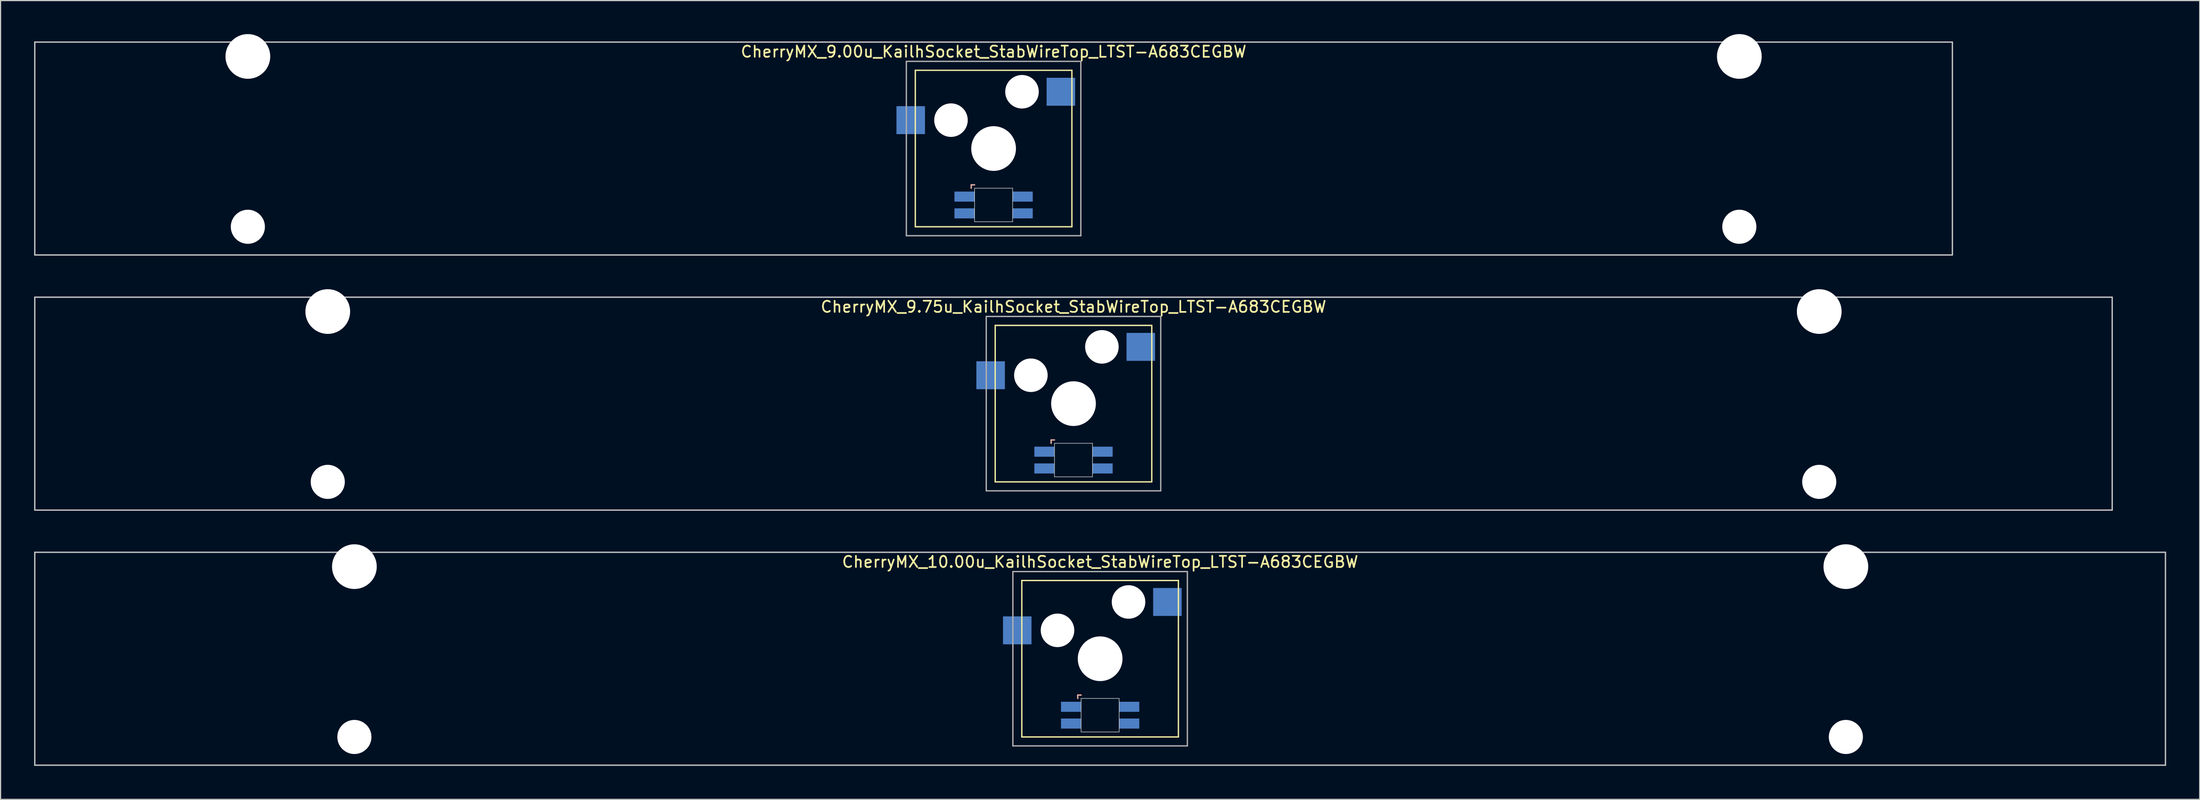
<source format=kicad_pcb>
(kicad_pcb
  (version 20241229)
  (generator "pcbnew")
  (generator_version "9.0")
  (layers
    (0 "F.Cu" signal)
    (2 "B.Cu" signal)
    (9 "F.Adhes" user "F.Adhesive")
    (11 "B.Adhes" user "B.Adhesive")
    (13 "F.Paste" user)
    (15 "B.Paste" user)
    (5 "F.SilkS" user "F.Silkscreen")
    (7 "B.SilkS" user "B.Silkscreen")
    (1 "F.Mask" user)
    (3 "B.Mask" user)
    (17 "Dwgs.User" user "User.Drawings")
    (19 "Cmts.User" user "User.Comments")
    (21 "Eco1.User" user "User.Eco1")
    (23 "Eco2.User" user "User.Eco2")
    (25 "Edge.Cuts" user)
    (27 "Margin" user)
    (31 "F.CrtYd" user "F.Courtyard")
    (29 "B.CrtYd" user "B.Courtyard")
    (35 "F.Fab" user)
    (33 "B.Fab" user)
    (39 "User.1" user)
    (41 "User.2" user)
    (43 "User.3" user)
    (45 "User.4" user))
  (footprint "CherryMX_10.00u_KailhSocket_StabWireTop_LTST-A683CEGBW"
    (layer "F.Cu")
    (at 95.31 55.89)
    (property "Reference" "CherryMX_10.00u_KailhSocket_StabWireTop_LTST-A683CEGBW" (at 0 -8.662 0) (layer "F.SilkS") (effects (font (size 1 1) (thickness 0.15))))
    (attr through_hole)
    (fp_line (start -7 -7) (end -7 7) (stroke (width 0.12) (type solid)) (layer "F.SilkS"))
    (fp_line (start -7 -7) (end 7 -7) (stroke (width 0.12) (type solid)) (layer "F.SilkS"))
    (fp_line (start 7 -7) (end 7 7) (stroke (width 0.12) (type solid)) (layer "F.SilkS"))
    (fp_line (start 7 7) (end -7 7) (stroke (width 0.12) (type solid)) (layer "F.SilkS"))
    (fp_line (start -2 3.25) (end -2 3.55) (stroke (width 0.12) (type solid)) (layer "B.SilkS"))
    (fp_line (start -1.7 3.25) (end -2 3.25) (stroke (width 0.12) (type solid)) (layer "B.SilkS"))
    (fp_line (start -95.25 -9.525) (end 95.25 -9.525) (stroke (width 0.12) (type solid)) (layer "Dwgs.User"))
    (fp_line (start -95.25 9.525) (end -95.25 -9.525) (stroke (width 0.12) (type solid)) (layer "Dwgs.User"))
    (fp_line (start 95.25 -9.525) (end 95.25 9.525) (stroke (width 0.12) (type solid)) (layer "Dwgs.User"))
    (fp_line (start 95.25 9.525) (end -95.25 9.525) (stroke (width 0.12) (type solid)) (layer "Dwgs.User"))
    (fp_line (start -1.7 3.55) (end 1.7 3.55) (stroke (width 0.05) (type solid)) (layer "Edge.Cuts"))
    (fp_line (start -1.7 6.55) (end -1.7 3.55) (stroke (width 0.05) (type solid)) (layer "Edge.Cuts"))
    (fp_line (start 1.7 3.55) (end 1.7 6.55) (stroke (width 0.05) (type solid)) (layer "Edge.Cuts"))
    (fp_line (start 1.7 6.55) (end -1.7 6.55) (stroke (width 0.05) (type solid)) (layer "Edge.Cuts"))
    (fp_line (start -7.8 -7.8) (end -7.8 7.8) (stroke (width 0.12) (type solid)) (layer "F.Fab"))
    (fp_line (start -7.8 -7.8) (end 7.8 -7.8) (stroke (width 0.12) (type solid)) (layer "F.Fab"))
    (fp_line (start -7.8 7.8) (end 7.8 7.8) (stroke (width 0.12) (type solid)) (layer "F.Fab"))
    (fp_line (start 7.8 -7.8) (end 7.8 7.8) (stroke (width 0.12) (type solid)) (layer "F.Fab"))
    (pad "" np_thru_hole circle (at -66.675 -8.24) (size 4 4) (drill 4) (layers "*.Cu" "*.Mask"))
    (pad "" np_thru_hole circle (at -66.675 7) (size 3.05 3.05) (drill 3.05) (layers "*.Cu" "*.Mask"))
    (pad "" np_thru_hole circle (at -3.81 -2.54) (size 3 3) (drill 3) (layers "*.Cu" "*.Mask"))
    (pad "" np_thru_hole circle (at 0 0) (size 4 4) (drill 4) (layers "*.Cu" "*.Mask"))
    (pad "" np_thru_hole circle (at 2.54 -5.08) (size 3 3) (drill 3) (layers "*.Cu" "*.Mask"))
    (pad "" np_thru_hole circle (at 66.675 -8.24) (size 4 4) (drill 4) (layers "*.Cu" "*.Mask"))
    (pad "" np_thru_hole circle (at 66.675 7) (size 3.05 3.05) (drill 3.05) (layers "*.Cu" "*.Mask"))
    (pad "1" smd rect (at -7.41 -2.54) (size 2.55 2.5) (layers "B.Cu" "B.Mask" "B.Paste"))
    (pad "2" smd rect (at 6.015 -5.08) (size 2.55 2.5) (layers "B.Cu" "B.Mask" "B.Paste"))
    (pad "3" smd rect (at -2.6 4.3) (size 1.8 0.9) (layers "B.Cu" "B.Mask" "B.Paste"))
    (pad "4" smd rect (at -2.6 5.8) (size 1.8 0.9) (layers "B.Cu" "B.Mask" "B.Paste"))
    (pad "5" smd rect (at 2.6 4.3) (size 1.8 0.9) (layers "B.Cu" "B.Mask" "B.Paste"))
    (pad "6" smd rect (at 2.6 5.8) (size 1.8 0.9) (layers "B.Cu" "B.Mask" "B.Paste")))
  (footprint "CherryMX_9.00u_KailhSocket_StabWireTop_LTST-A683CEGBW"
    (layer "F.Cu")
    (at 85.785 10.24)
    (property "Reference" "CherryMX_9.00u_KailhSocket_StabWireTop_LTST-A683CEGBW" (at 0 -8.662 0) (layer "F.SilkS") (effects (font (size 1 1) (thickness 0.15))))
    (attr through_hole)
    (fp_line (start -7 -7) (end -7 7) (stroke (width 0.12) (type solid)) (layer "F.SilkS"))
    (fp_line (start -7 -7) (end 7 -7) (stroke (width 0.12) (type solid)) (layer "F.SilkS"))
    (fp_line (start 7 -7) (end 7 7) (stroke (width 0.12) (type solid)) (layer "F.SilkS"))
    (fp_line (start 7 7) (end -7 7) (stroke (width 0.12) (type solid)) (layer "F.SilkS"))
    (fp_line (start -2 3.25) (end -2 3.55) (stroke (width 0.12) (type solid)) (layer "B.SilkS"))
    (fp_line (start -1.7 3.25) (end -2 3.25) (stroke (width 0.12) (type solid)) (layer "B.SilkS"))
    (fp_line (start -85.725 -9.525) (end 85.725 -9.525) (stroke (width 0.12) (type solid)) (layer "Dwgs.User"))
    (fp_line (start -85.725 9.525) (end -85.725 -9.525) (stroke (width 0.12) (type solid)) (layer "Dwgs.User"))
    (fp_line (start 85.725 -9.525) (end 85.725 9.525) (stroke (width 0.12) (type solid)) (layer "Dwgs.User"))
    (fp_line (start 85.725 9.525) (end -85.725 9.525) (stroke (width 0.12) (type solid)) (layer "Dwgs.User"))
    (fp_line (start -1.7 3.55) (end 1.7 3.55) (stroke (width 0.05) (type solid)) (layer "Edge.Cuts"))
    (fp_line (start -1.7 6.55) (end -1.7 3.55) (stroke (width 0.05) (type solid)) (layer "Edge.Cuts"))
    (fp_line (start 1.7 3.55) (end 1.7 6.55) (stroke (width 0.05) (type solid)) (layer "Edge.Cuts"))
    (fp_line (start 1.7 6.55) (end -1.7 6.55) (stroke (width 0.05) (type solid)) (layer "Edge.Cuts"))
    (fp_line (start -7.8 -7.8) (end -7.8 7.8) (stroke (width 0.12) (type solid)) (layer "F.Fab"))
    (fp_line (start -7.8 -7.8) (end 7.8 -7.8) (stroke (width 0.12) (type solid)) (layer "F.Fab"))
    (fp_line (start -7.8 7.8) (end 7.8 7.8) (stroke (width 0.12) (type solid)) (layer "F.Fab"))
    (fp_line (start 7.8 -7.8) (end 7.8 7.8) (stroke (width 0.12) (type solid)) (layer "F.Fab"))
    (pad "" np_thru_hole circle (at -66.675 -8.24) (size 4 4) (drill 4) (layers "*.Cu" "*.Mask"))
    (pad "" np_thru_hole circle (at -66.675 7) (size 3.05 3.05) (drill 3.05) (layers "*.Cu" "*.Mask"))
    (pad "" np_thru_hole circle (at -3.81 -2.54) (size 3 3) (drill 3) (layers "*.Cu" "*.Mask"))
    (pad "" np_thru_hole circle (at 0 0) (size 4 4) (drill 4) (layers "*.Cu" "*.Mask"))
    (pad "" np_thru_hole circle (at 2.54 -5.08) (size 3 3) (drill 3) (layers "*.Cu" "*.Mask"))
    (pad "" np_thru_hole circle (at 66.675 -8.24) (size 4 4) (drill 4) (layers "*.Cu" "*.Mask"))
    (pad "" np_thru_hole circle (at 66.675 7) (size 3.05 3.05) (drill 3.05) (layers "*.Cu" "*.Mask"))
    (pad "1" smd rect (at -7.41 -2.54) (size 2.55 2.5) (layers "B.Cu" "B.Mask" "B.Paste"))
    (pad "2" smd rect (at 6.015 -5.08) (size 2.55 2.5) (layers "B.Cu" "B.Mask" "B.Paste"))
    (pad "3" smd rect (at -2.6 4.3) (size 1.8 0.9) (layers "B.Cu" "B.Mask" "B.Paste"))
    (pad "4" smd rect (at -2.6 5.8) (size 1.8 0.9) (layers "B.Cu" "B.Mask" "B.Paste"))
    (pad "5" smd rect (at 2.6 4.3) (size 1.8 0.9) (layers "B.Cu" "B.Mask" "B.Paste"))
    (pad "6" smd rect (at 2.6 5.8) (size 1.8 0.9) (layers "B.Cu" "B.Mask" "B.Paste")))
  (footprint "CherryMX_9.75u_KailhSocket_StabWireTop_LTST-A683CEGBW"
    (layer "F.Cu")
    (at 92.929 33.065)
    (property "Reference" "CherryMX_9.75u_KailhSocket_StabWireTop_LTST-A683CEGBW" (at 0 -8.662 0) (layer "F.SilkS") (effects (font (size 1 1) (thickness 0.15))))
    (attr through_hole)
    (fp_line (start -7 -7) (end -7 7) (stroke (width 0.12) (type solid)) (layer "F.SilkS"))
    (fp_line (start -7 -7) (end 7 -7) (stroke (width 0.12) (type solid)) (layer "F.SilkS"))
    (fp_line (start 7 -7) (end 7 7) (stroke (width 0.12) (type solid)) (layer "F.SilkS"))
    (fp_line (start 7 7) (end -7 7) (stroke (width 0.12) (type solid)) (layer "F.SilkS"))
    (fp_line (start -2 3.25) (end -2 3.55) (stroke (width 0.12) (type solid)) (layer "B.SilkS"))
    (fp_line (start -1.7 3.25) (end -2 3.25) (stroke (width 0.12) (type solid)) (layer "B.SilkS"))
    (fp_line (start -92.869 -9.525) (end 92.869 -9.525) (stroke (width 0.12) (type solid)) (layer "Dwgs.User"))
    (fp_line (start -92.869 9.525) (end -92.869 -9.525) (stroke (width 0.12) (type solid)) (layer "Dwgs.User"))
    (fp_line (start 92.869 -9.525) (end 92.869 9.525) (stroke (width 0.12) (type solid)) (layer "Dwgs.User"))
    (fp_line (start 92.869 9.525) (end -92.869 9.525) (stroke (width 0.12) (type solid)) (layer "Dwgs.User"))
    (fp_line (start -1.7 3.55) (end 1.7 3.55) (stroke (width 0.05) (type solid)) (layer "Edge.Cuts"))
    (fp_line (start -1.7 6.55) (end -1.7 3.55) (stroke (width 0.05) (type solid)) (layer "Edge.Cuts"))
    (fp_line (start 1.7 3.55) (end 1.7 6.55) (stroke (width 0.05) (type solid)) (layer "Edge.Cuts"))
    (fp_line (start 1.7 6.55) (end -1.7 6.55) (stroke (width 0.05) (type solid)) (layer "Edge.Cuts"))
    (fp_line (start -7.8 -7.8) (end -7.8 7.8) (stroke (width 0.12) (type solid)) (layer "F.Fab"))
    (fp_line (start -7.8 -7.8) (end 7.8 -7.8) (stroke (width 0.12) (type solid)) (layer "F.Fab"))
    (fp_line (start -7.8 7.8) (end 7.8 7.8) (stroke (width 0.12) (type solid)) (layer "F.Fab"))
    (fp_line (start 7.8 -7.8) (end 7.8 7.8) (stroke (width 0.12) (type solid)) (layer "F.Fab"))
    (pad "" np_thru_hole circle (at -66.675 -8.24) (size 4 4) (drill 4) (layers "*.Cu" "*.Mask"))
    (pad "" np_thru_hole circle (at -66.675 7) (size 3.05 3.05) (drill 3.05) (layers "*.Cu" "*.Mask"))
    (pad "" np_thru_hole circle (at -3.81 -2.54) (size 3 3) (drill 3) (layers "*.Cu" "*.Mask"))
    (pad "" np_thru_hole circle (at 0 0) (size 4 4) (drill 4) (layers "*.Cu" "*.Mask"))
    (pad "" np_thru_hole circle (at 2.54 -5.08) (size 3 3) (drill 3) (layers "*.Cu" "*.Mask"))
    (pad "" np_thru_hole circle (at 66.675 -8.24) (size 4 4) (drill 4) (layers "*.Cu" "*.Mask"))
    (pad "" np_thru_hole circle (at 66.675 7) (size 3.05 3.05) (drill 3.05) (layers "*.Cu" "*.Mask"))
    (pad "1" smd rect (at -7.41 -2.54) (size 2.55 2.5) (layers "B.Cu" "B.Mask" "B.Paste"))
    (pad "2" smd rect (at 6.015 -5.08) (size 2.55 2.5) (layers "B.Cu" "B.Mask" "B.Paste"))
    (pad "3" smd rect (at -2.6 4.3) (size 1.8 0.9) (layers "B.Cu" "B.Mask" "B.Paste"))
    (pad "4" smd rect (at -2.6 5.8) (size 1.8 0.9) (layers "B.Cu" "B.Mask" "B.Paste"))
    (pad "5" smd rect (at 2.6 4.3) (size 1.8 0.9) (layers "B.Cu" "B.Mask" "B.Paste"))
    (pad "6" smd rect (at 2.6 5.8) (size 1.8 0.9) (layers "B.Cu" "B.Mask" "B.Paste")))
  (gr_rect
    (start -3 -3)
    (end 193.62 68.475)
    (stroke (width 0.1) (type default))
    (fill no)
    (layer "Edge.Cuts")))
</source>
